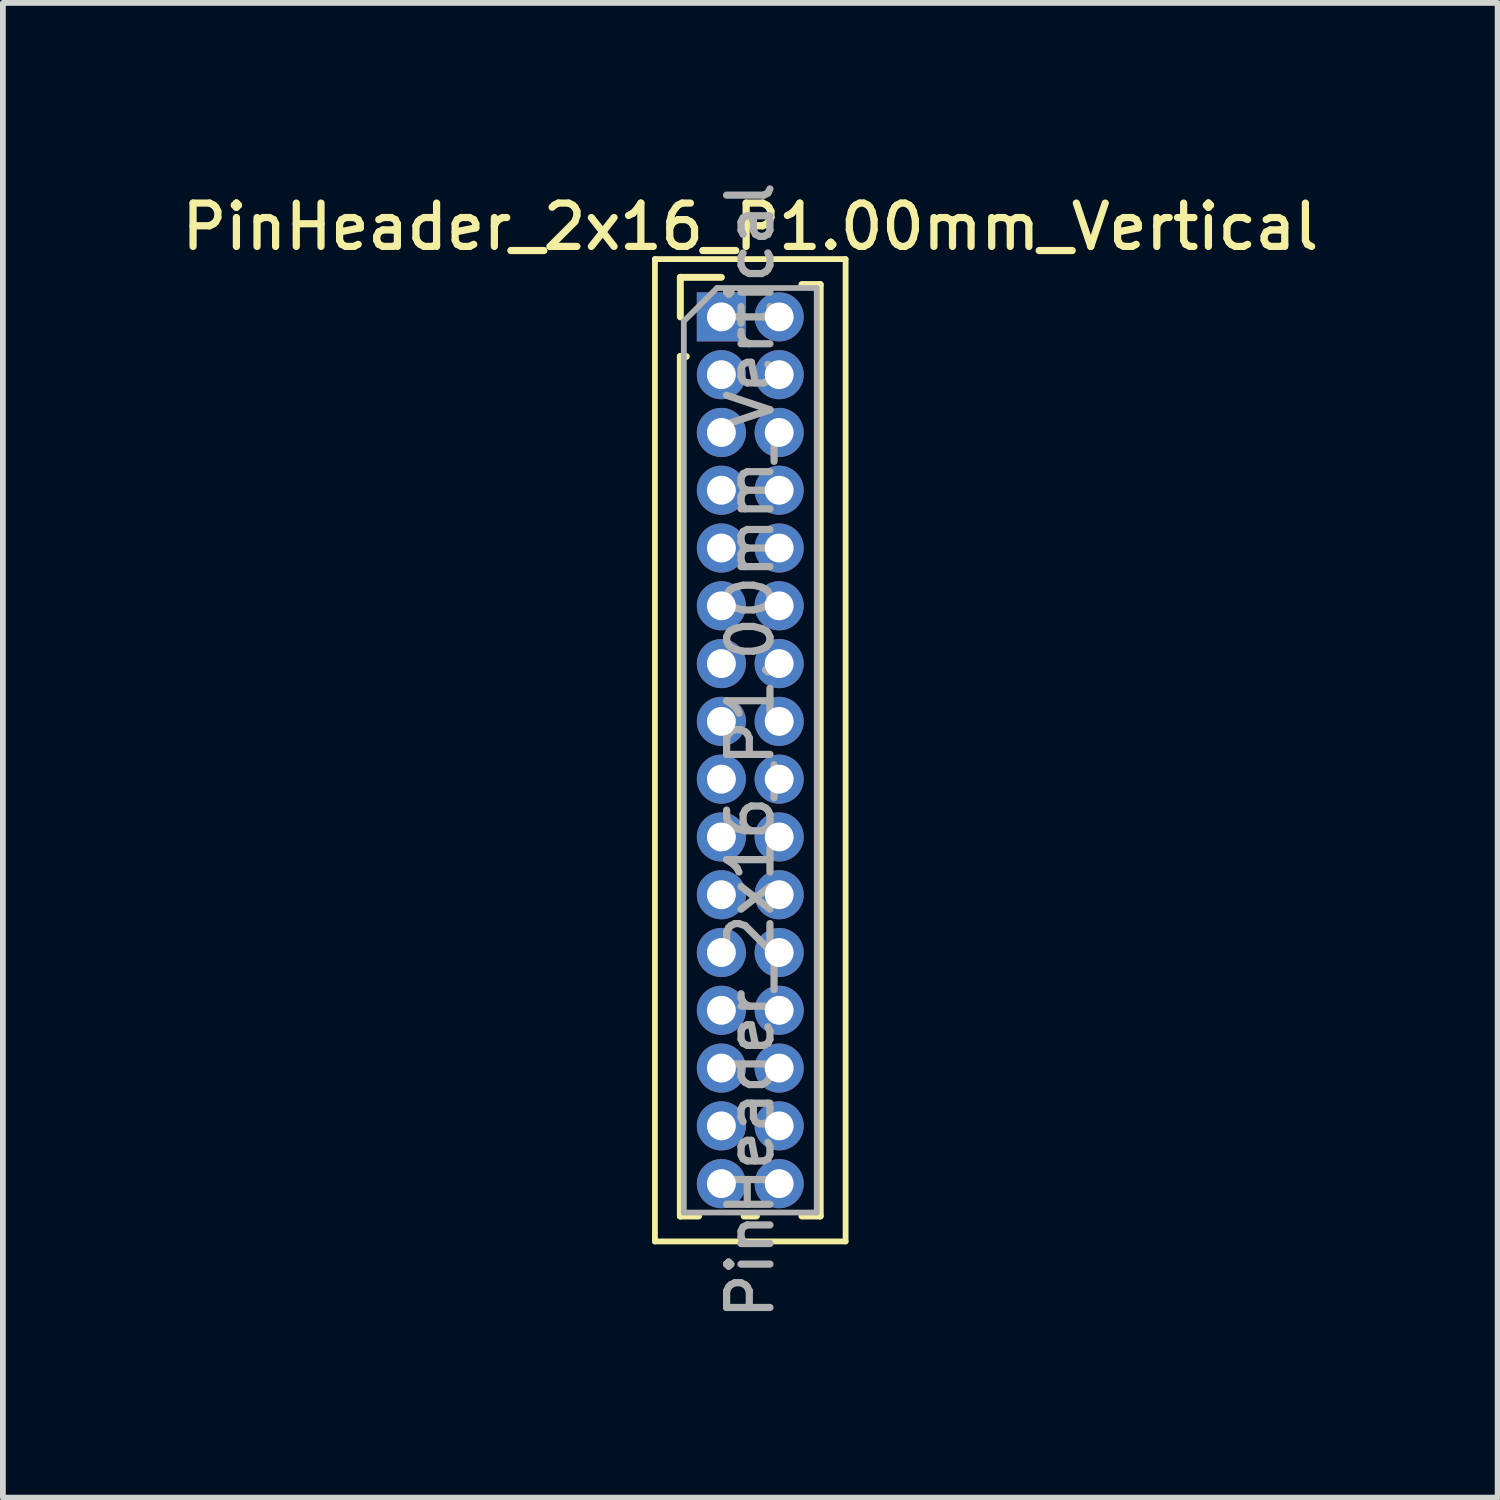
<source format=kicad_pcb>
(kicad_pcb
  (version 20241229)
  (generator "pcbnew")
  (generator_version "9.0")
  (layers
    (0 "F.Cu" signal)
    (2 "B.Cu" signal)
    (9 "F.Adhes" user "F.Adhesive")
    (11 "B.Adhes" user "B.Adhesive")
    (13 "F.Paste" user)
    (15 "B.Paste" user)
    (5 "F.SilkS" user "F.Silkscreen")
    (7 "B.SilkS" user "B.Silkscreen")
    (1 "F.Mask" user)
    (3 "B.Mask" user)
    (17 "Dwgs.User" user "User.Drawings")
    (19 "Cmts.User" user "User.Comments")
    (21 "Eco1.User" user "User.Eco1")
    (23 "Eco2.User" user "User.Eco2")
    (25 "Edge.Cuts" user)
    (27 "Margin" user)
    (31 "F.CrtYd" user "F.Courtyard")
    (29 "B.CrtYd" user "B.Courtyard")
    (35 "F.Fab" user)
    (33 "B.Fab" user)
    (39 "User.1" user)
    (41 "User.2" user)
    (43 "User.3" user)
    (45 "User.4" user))
  (footprint "PinHeader_2x16_P1.00mm_Vertical"
    (layer "F.Cu")
    (at 9.434 2.434)
    (property "Reference" "PinHeader_2x16_P1.00mm_Vertical" (at 0.5 -1.56 0) (layer "F.SilkS") (effects (font (size 0.75 0.75) (thickness 0.125))))
    (attr through_hole)
    (fp_line (start -1.15 -1) (end -1.15 16) (stroke (width 0.1) (type solid)) (layer "F.SilkS"))
    (fp_line (start -1.15 16) (end 2.15 16) (stroke (width 0.1) (type solid)) (layer "F.SilkS"))
    (fp_line (start -0.71 -0.685) (end 0 -0.685) (stroke (width 0.12) (type solid)) (layer "F.SilkS"))
    (fp_line (start -0.71 0) (end -0.71 -0.685) (stroke (width 0.12) (type solid)) (layer "F.SilkS"))
    (fp_line (start -0.71 0.685) (end -0.71 15.56) (stroke (width 0.12) (type solid)) (layer "F.SilkS"))
    (fp_line (start -0.71 0.685) (end -0.608 0.685) (stroke (width 0.12) (type solid)) (layer "F.SilkS"))
    (fp_line (start -0.71 15.56) (end -0.394 15.56) (stroke (width 0.12) (type solid)) (layer "F.SilkS"))
    (fp_line (start 0.394 15.56) (end 0.606 15.56) (stroke (width 0.12) (type solid)) (layer "F.SilkS"))
    (fp_line (start 1.394 -0.56) (end 1.71 -0.56) (stroke (width 0.12) (type solid)) (layer "F.SilkS"))
    (fp_line (start 1.394 15.56) (end 1.71 15.56) (stroke (width 0.12) (type solid)) (layer "F.SilkS"))
    (fp_line (start 1.71 -0.56) (end 1.71 15.56) (stroke (width 0.12) (type solid)) (layer "F.SilkS"))
    (fp_line (start 2.15 -1) (end -1.15 -1) (stroke (width 0.1) (type solid)) (layer "F.SilkS"))
    (fp_line (start 2.15 16) (end 2.15 -1) (stroke (width 0.1) (type solid)) (layer "F.SilkS"))
    (fp_line (start -0.65 0.075) (end -0.075 -0.5) (stroke (width 0.1) (type solid)) (layer "F.Fab"))
    (fp_line (start -0.65 15.5) (end -0.65 0.075) (stroke (width 0.1) (type solid)) (layer "F.Fab"))
    (fp_line (start -0.075 -0.5) (end 1.65 -0.5) (stroke (width 0.1) (type solid)) (layer "F.Fab"))
    (fp_line (start 1.65 -0.5) (end 1.65 15.5) (stroke (width 0.1) (type solid)) (layer "F.Fab"))
    (fp_line (start 1.65 15.5) (end -0.65 15.5) (stroke (width 0.1) (type solid)) (layer "F.Fab"))
    (fp_text user "${REFERENCE}" (at 0.5 7.5 90) (layer "F.Fab") (effects (font (size 0.75 0.75) (thickness 0.125))))
    (pad "1" thru_hole rect (at 0 0) (size 0.85 0.85) (drill 0.5) (layers "*.Cu" "*.Mask"))
    (pad "2" thru_hole oval (at 1 0) (size 0.85 0.85) (drill 0.5) (layers "*.Cu" "*.Mask"))
    (pad "3" thru_hole oval (at 0 1) (size 0.85 0.85) (drill 0.5) (layers "*.Cu" "*.Mask"))
    (pad "4" thru_hole oval (at 1 1) (size 0.85 0.85) (drill 0.5) (layers "*.Cu" "*.Mask"))
    (pad "5" thru_hole oval (at 0 2) (size 0.85 0.85) (drill 0.5) (layers "*.Cu" "*.Mask"))
    (pad "6" thru_hole oval (at 1 2) (size 0.85 0.85) (drill 0.5) (layers "*.Cu" "*.Mask"))
    (pad "7" thru_hole oval (at 0 3) (size 0.85 0.85) (drill 0.5) (layers "*.Cu" "*.Mask"))
    (pad "8" thru_hole oval (at 1 3) (size 0.85 0.85) (drill 0.5) (layers "*.Cu" "*.Mask"))
    (pad "9" thru_hole oval (at 0 4) (size 0.85 0.85) (drill 0.5) (layers "*.Cu" "*.Mask"))
    (pad "10" thru_hole oval (at 1 4) (size 0.85 0.85) (drill 0.5) (layers "*.Cu" "*.Mask"))
    (pad "11" thru_hole oval (at 0 5) (size 0.85 0.85) (drill 0.5) (layers "*.Cu" "*.Mask"))
    (pad "12" thru_hole oval (at 1 5) (size 0.85 0.85) (drill 0.5) (layers "*.Cu" "*.Mask"))
    (pad "13" thru_hole oval (at 0 6) (size 0.85 0.85) (drill 0.5) (layers "*.Cu" "*.Mask"))
    (pad "14" thru_hole oval (at 1 6) (size 0.85 0.85) (drill 0.5) (layers "*.Cu" "*.Mask"))
    (pad "15" thru_hole oval (at 0 7) (size 0.85 0.85) (drill 0.5) (layers "*.Cu" "*.Mask"))
    (pad "16" thru_hole oval (at 1 7) (size 0.85 0.85) (drill 0.5) (layers "*.Cu" "*.Mask"))
    (pad "17" thru_hole oval (at 0 8) (size 0.85 0.85) (drill 0.5) (layers "*.Cu" "*.Mask"))
    (pad "18" thru_hole oval (at 1 8) (size 0.85 0.85) (drill 0.5) (layers "*.Cu" "*.Mask"))
    (pad "19" thru_hole oval (at 0 9) (size 0.85 0.85) (drill 0.5) (layers "*.Cu" "*.Mask"))
    (pad "20" thru_hole oval (at 1 9) (size 0.85 0.85) (drill 0.5) (layers "*.Cu" "*.Mask"))
    (pad "21" thru_hole oval (at 0 10) (size 0.85 0.85) (drill 0.5) (layers "*.Cu" "*.Mask"))
    (pad "22" thru_hole oval (at 1 10) (size 0.85 0.85) (drill 0.5) (layers "*.Cu" "*.Mask"))
    (pad "23" thru_hole oval (at 0 11) (size 0.85 0.85) (drill 0.5) (layers "*.Cu" "*.Mask"))
    (pad "24" thru_hole oval (at 1 11) (size 0.85 0.85) (drill 0.5) (layers "*.Cu" "*.Mask"))
    (pad "25" thru_hole oval (at 0 12) (size 0.85 0.85) (drill 0.5) (layers "*.Cu" "*.Mask"))
    (pad "26" thru_hole oval (at 1 12) (size 0.85 0.85) (drill 0.5) (layers "*.Cu" "*.Mask"))
    (pad "27" thru_hole oval (at 0 13) (size 0.85 0.85) (drill 0.5) (layers "*.Cu" "*.Mask"))
    (pad "28" thru_hole oval (at 1 13) (size 0.85 0.85) (drill 0.5) (layers "*.Cu" "*.Mask"))
    (pad "29" thru_hole oval (at 0 14) (size 0.85 0.85) (drill 0.5) (layers "*.Cu" "*.Mask"))
    (pad "30" thru_hole oval (at 1 14) (size 0.85 0.85) (drill 0.5) (layers "*.Cu" "*.Mask"))
    (pad "31" thru_hole oval (at 0 15) (size 0.85 0.85) (drill 0.5) (layers "*.Cu" "*.Mask"))
    (pad "32" thru_hole oval (at 1 15) (size 0.85 0.85) (drill 0.5) (layers "*.Cu" "*.Mask")))
  (gr_rect
    (start -3 -3)
    (end 22.868 22.868)
    (stroke (width 0.1) (type default))
    (fill no)
    (layer "Edge.Cuts")))
</source>
